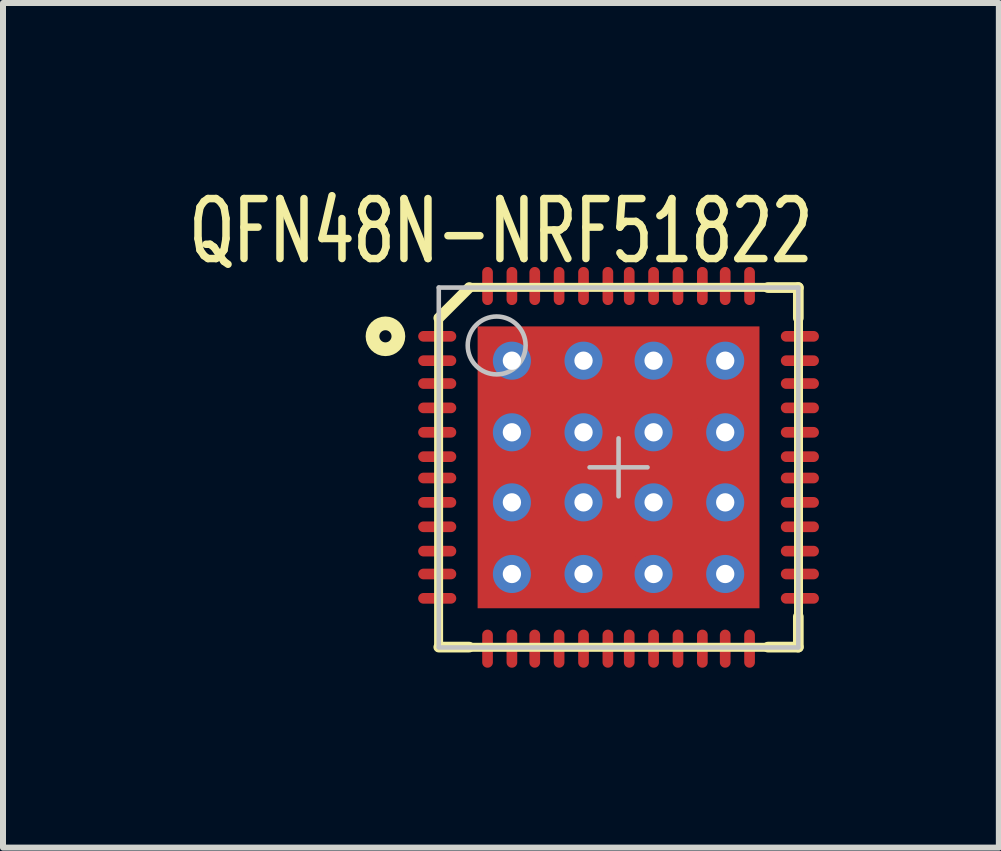
<source format=kicad_pcb>
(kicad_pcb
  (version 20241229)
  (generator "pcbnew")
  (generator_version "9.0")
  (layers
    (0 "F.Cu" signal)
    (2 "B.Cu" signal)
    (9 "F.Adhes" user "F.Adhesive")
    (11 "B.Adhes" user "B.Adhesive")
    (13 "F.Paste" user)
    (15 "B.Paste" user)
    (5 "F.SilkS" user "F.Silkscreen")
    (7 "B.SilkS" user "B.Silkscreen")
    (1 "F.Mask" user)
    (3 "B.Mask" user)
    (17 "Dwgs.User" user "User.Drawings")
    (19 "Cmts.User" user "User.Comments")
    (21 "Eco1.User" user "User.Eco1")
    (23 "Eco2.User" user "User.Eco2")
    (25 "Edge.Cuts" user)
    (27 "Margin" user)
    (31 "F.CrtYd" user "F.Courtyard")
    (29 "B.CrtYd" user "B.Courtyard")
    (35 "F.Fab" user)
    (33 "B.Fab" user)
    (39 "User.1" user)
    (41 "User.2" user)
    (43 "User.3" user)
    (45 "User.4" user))
  (footprint "QFN48N-NRF51822"
    (layer "F.Cu")
    (at 7.262 4.741)
    (property "Reference" "QFN48N-NRF51822" (at -1.961 -3.937 0) (layer "F.SilkS") (effects (font (size 1 0.7) (thickness 0.125))))
    (attr smd)
    (fp_line (start -3 3) (end -3 -2.5) (stroke (width 0.15) (type solid)) (layer "F.SilkS"))
    (fp_line (start -2.997 -2.489) (end -2.489 -2.997) (stroke (width 0.178) (type solid)) (layer "F.SilkS"))
    (fp_line (start -2.997 2.997) (end -2.489 2.997) (stroke (width 0.178) (type solid)) (layer "F.SilkS"))
    (fp_line (start -2.5 -3) (end 3 -3) (stroke (width 0.15) (type solid)) (layer "F.SilkS"))
    (fp_line (start 2.489 -2.997) (end 2.997 -2.997) (stroke (width 0.178) (type solid)) (layer "F.SilkS"))
    (fp_line (start 2.489 2.997) (end 2.997 2.997) (stroke (width 0.178) (type solid)) (layer "F.SilkS"))
    (fp_line (start 2.997 -2.489) (end 2.997 -2.997) (stroke (width 0.178) (type solid)) (layer "F.SilkS"))
    (fp_line (start 2.997 2.997) (end 2.997 2.489) (stroke (width 0.178) (type solid)) (layer "F.SilkS"))
    (fp_line (start 3 -3) (end 3 3) (stroke (width 0.15) (type solid)) (layer "F.SilkS"))
    (fp_line (start 3 3) (end -3 3) (stroke (width 0.15) (type solid)) (layer "F.SilkS"))
    (fp_arc (start -3.7846 -2.1844) (mid -3.9878 -2.1844) (end -3.7846 -2.1844) (stroke (width 0.2286) (type solid)) (layer "F.SilkS"))
    (fp_line (start -2.997 -2.997) (end 2.997 -2.997) (stroke (width 0.076) (type solid)) (layer "Dwgs.User"))
    (fp_line (start -2.997 2.997) (end -2.997 -2.997) (stroke (width 0.076) (type solid)) (layer "Dwgs.User"))
    (fp_line (start -2.997 3.003) (end 2.997 3.003) (stroke (width 0.076) (type solid)) (layer "Dwgs.User"))
    (fp_line (start -0.483 0) (end 0.483 0) (stroke (width 0.076) (type solid)) (layer "Dwgs.User"))
    (fp_line (start 0 0.483) (end 0 -0.483) (stroke (width 0.076) (type solid)) (layer "Dwgs.User"))
    (fp_line (start 2.997 2.997) (end 2.997 -2.997) (stroke (width 0.076) (type solid)) (layer "Dwgs.User"))
    (fp_arc (start -1.5494 -2.032) (mid -2.5146 -2.032) (end -1.5494 -2.032) (stroke (width 0.0762) (type solid)) (layer "Dwgs.User"))
    (pad "1" smd oval (at -3.023 -2.184 90) (size 0.178 0.635) (layers "F.Cu" "F.Mask" "F.Paste"))
    (pad "2" smd oval (at -3.023 -1.778 90) (size 0.178 0.635) (layers "F.Cu" "F.Mask" "F.Paste"))
    (pad "3" smd oval (at -3.023 -1.397 90) (size 0.178 0.635) (layers "F.Cu" "F.Mask" "F.Paste"))
    (pad "4" smd oval (at -3.023 -0.991 90) (size 0.178 0.635) (layers "F.Cu" "F.Mask" "F.Paste"))
    (pad "5" smd oval (at -3.023 -0.584 90) (size 0.178 0.635) (layers "F.Cu" "F.Mask" "F.Paste"))
    (pad "6" smd oval (at -3.023 -0.178 90) (size 0.178 0.635) (layers "F.Cu" "F.Mask" "F.Paste"))
    (pad "7" smd oval (at -3.023 0.178 90) (size 0.178 0.635) (layers "F.Cu" "F.Mask" "F.Paste"))
    (pad "8" smd oval (at -3.023 0.584 90) (size 0.178 0.635) (layers "F.Cu" "F.Mask" "F.Paste"))
    (pad "9" smd oval (at -3.023 0.991 90) (size 0.178 0.635) (layers "F.Cu" "F.Mask" "F.Paste"))
    (pad "10" smd oval (at -3.023 1.397 90) (size 0.178 0.635) (layers "F.Cu" "F.Mask" "F.Paste"))
    (pad "11" smd oval (at -3.023 1.778 90) (size 0.178 0.635) (layers "F.Cu" "F.Mask" "F.Paste"))
    (pad "12" smd oval (at -3.023 2.184 90) (size 0.178 0.635) (layers "F.Cu" "F.Mask" "F.Paste"))
    (pad "13" smd oval (at -2.184 3.023) (size 0.178 0.635) (layers "F.Cu" "F.Mask" "F.Paste"))
    (pad "14" smd oval (at -1.778 3.023) (size 0.178 0.635) (layers "F.Cu" "F.Mask" "F.Paste"))
    (pad "15" smd oval (at -1.397 3.023) (size 0.178 0.635) (layers "F.Cu" "F.Mask" "F.Paste"))
    (pad "16" smd oval (at -0.991 3.023) (size 0.178 0.635) (layers "F.Cu" "F.Mask" "F.Paste"))
    (pad "17" smd oval (at -0.584 3.023) (size 0.178 0.635) (layers "F.Cu" "F.Mask" "F.Paste"))
    (pad "18" smd oval (at -0.178 3.023) (size 0.178 0.635) (layers "F.Cu" "F.Mask" "F.Paste"))
    (pad "19" smd oval (at 0.178 3.023) (size 0.178 0.635) (layers "F.Cu" "F.Mask" "F.Paste"))
    (pad "20" smd oval (at 0.584 3.023) (size 0.178 0.635) (layers "F.Cu" "F.Mask" "F.Paste"))
    (pad "21" smd oval (at 0.991 3.023) (size 0.178 0.635) (layers "F.Cu" "F.Mask" "F.Paste"))
    (pad "22" smd oval (at 1.397 3.023) (size 0.178 0.635) (layers "F.Cu" "F.Mask" "F.Paste"))
    (pad "23" smd oval (at 1.778 3.023) (size 0.178 0.635) (layers "F.Cu" "F.Mask" "F.Paste"))
    (pad "24" smd oval (at 2.184 3.023) (size 0.178 0.635) (layers "F.Cu" "F.Mask" "F.Paste"))
    (pad "25" smd oval (at 3.023 2.184 90) (size 0.178 0.635) (layers "F.Cu" "F.Mask" "F.Paste"))
    (pad "26" smd oval (at 3.023 1.778 90) (size 0.178 0.635) (layers "F.Cu" "F.Mask" "F.Paste"))
    (pad "27" smd oval (at 3.023 1.397 90) (size 0.178 0.635) (layers "F.Cu" "F.Mask" "F.Paste"))
    (pad "28" smd oval (at 3.023 0.991 90) (size 0.178 0.635) (layers "F.Cu" "F.Mask" "F.Paste"))
    (pad "29" smd oval (at 3.023 0.584 90) (size 0.178 0.635) (layers "F.Cu" "F.Mask" "F.Paste"))
    (pad "30" smd oval (at 3.023 0.178 90) (size 0.178 0.635) (layers "F.Cu" "F.Mask" "F.Paste"))
    (pad "31" smd oval (at 3.023 -0.178 90) (size 0.178 0.635) (layers "F.Cu" "F.Mask" "F.Paste"))
    (pad "32" smd oval (at 3.023 -0.584 90) (size 0.178 0.635) (layers "F.Cu" "F.Mask" "F.Paste"))
    (pad "33" smd oval (at 3.023 -0.991 90) (size 0.178 0.635) (layers "F.Cu" "F.Mask" "F.Paste"))
    (pad "34" smd oval (at 3.023 -1.397 90) (size 0.178 0.635) (layers "F.Cu" "F.Mask" "F.Paste"))
    (pad "35" smd oval (at 3.023 -1.778 90) (size 0.178 0.635) (layers "F.Cu" "F.Mask" "F.Paste"))
    (pad "36" smd oval (at 3.023 -2.184 90) (size 0.178 0.635) (layers "F.Cu" "F.Mask" "F.Paste"))
    (pad "37" smd oval (at 2.184 -3.023) (size 0.178 0.635) (layers "F.Cu" "F.Mask" "F.Paste"))
    (pad "38" smd oval (at 1.778 -3.023) (size 0.178 0.635) (layers "F.Cu" "F.Mask" "F.Paste"))
    (pad "39" smd oval (at 1.397 -3.023) (size 0.178 0.635) (layers "F.Cu" "F.Mask" "F.Paste"))
    (pad "40" smd oval (at 0.991 -3.023) (size 0.178 0.635) (layers "F.Cu" "F.Mask" "F.Paste"))
    (pad "41" smd oval (at 0.584 -3.023) (size 0.178 0.635) (layers "F.Cu" "F.Mask" "F.Paste"))
    (pad "42" smd oval (at 0.178 -3.023) (size 0.178 0.635) (layers "F.Cu" "F.Mask" "F.Paste"))
    (pad "43" smd oval (at -0.178 -3.023) (size 0.178 0.635) (layers "F.Cu" "F.Mask" "F.Paste"))
    (pad "44" smd oval (at -0.584 -3.023) (size 0.178 0.635) (layers "F.Cu" "F.Mask" "F.Paste"))
    (pad "45" smd oval (at -0.991 -3.023) (size 0.178 0.635) (layers "F.Cu" "F.Mask" "F.Paste"))
    (pad "46" smd oval (at -1.397 -3.023) (size 0.178 0.635) (layers "F.Cu" "F.Mask" "F.Paste"))
    (pad "47" smd oval (at -1.778 -3.023) (size 0.178 0.635) (layers "F.Cu" "F.Mask" "F.Paste"))
    (pad "48" smd oval (at -2.184 -3.023) (size 0.178 0.635) (layers "F.Cu" "F.Mask" "F.Paste"))
    (pad "49" smd circle (at -1.2 -1.2) (size 0.8 0.8) (layers "F.Cu" "F.Paste"))
    (pad "49" smd circle (at -1.2 0) (size 0.8 0.8) (layers "F.Cu" "F.Paste"))
    (pad "49" smd circle (at -1.2 1.2) (size 0.8 0.8) (layers "F.Cu" "F.Paste"))
    (pad "49" smd circle (at 0 -1.2) (size 0.8 0.8) (layers "F.Cu" "F.Paste"))
    (pad "49" smd circle (at 0 0) (size 0.8 0.8) (layers "F.Cu" "F.Paste"))
    (pad "49" smd rect (at 0 0) (size 4.699 4.699) (layers "F.Cu" "F.Mask"))
    (pad "49" smd circle (at 0 1.2) (size 0.8 0.8) (layers "F.Cu" "F.Paste"))
    (pad "49" smd circle (at 1.2 -1.2) (size 0.8 0.8) (layers "F.Cu" "F.Paste"))
    (pad "49" smd circle (at 1.2 0) (size 0.8 0.8) (layers "F.Cu" "F.Paste"))
    (pad "49" smd circle (at 1.2 1.2) (size 0.8 0.8) (layers "F.Cu" "F.Paste"))
    (pad "V:Ex" thru_hole circle (at -1.778 -1.778) (size 0.635 0.635) (drill 0.305) (layers "*.Cu" "*.Mask"))
    (pad "V:Ex" thru_hole circle (at -1.778 -0.584) (size 0.635 0.635) (drill 0.305) (layers "*.Cu" "*.Mask"))
    (pad "V:Ex" thru_hole circle (at -1.778 0.584) (size 0.635 0.635) (drill 0.305) (layers "*.Cu" "*.Mask"))
    (pad "V:Ex" thru_hole circle (at -1.778 1.778) (size 0.635 0.635) (drill 0.305) (layers "*.Cu" "*.Mask"))
    (pad "V:Ex" thru_hole circle (at -0.584 -1.778) (size 0.635 0.635) (drill 0.305) (layers "*.Cu" "*.Mask"))
    (pad "V:Ex" thru_hole circle (at -0.584 -0.584) (size 0.635 0.635) (drill 0.305) (layers "*.Cu" "*.Mask"))
    (pad "V:Ex" thru_hole circle (at -0.584 0.584) (size 0.635 0.635) (drill 0.305) (layers "*.Cu" "*.Mask"))
    (pad "V:Ex" thru_hole circle (at -0.584 1.778) (size 0.635 0.635) (drill 0.305) (layers "*.Cu" "*.Mask"))
    (pad "V:Ex" thru_hole circle (at 0.584 -1.778) (size 0.635 0.635) (drill 0.305) (layers "*.Cu" "*.Mask"))
    (pad "V:Ex" thru_hole circle (at 0.584 -0.584) (size 0.635 0.635) (drill 0.305) (layers "*.Cu" "*.Mask"))
    (pad "V:Ex" thru_hole circle (at 0.584 0.584) (size 0.635 0.635) (drill 0.305) (layers "*.Cu" "*.Mask"))
    (pad "V:Ex" thru_hole circle (at 0.584 1.778) (size 0.635 0.635) (drill 0.305) (layers "*.Cu" "*.Mask"))
    (pad "V:Ex" thru_hole circle (at 1.778 -1.778) (size 0.635 0.635) (drill 0.305) (layers "*.Cu" "*.Mask"))
    (pad "V:Ex" thru_hole circle (at 1.778 -0.584) (size 0.635 0.635) (drill 0.305) (layers "*.Cu" "*.Mask"))
    (pad "V:Ex" thru_hole circle (at 1.778 0.584) (size 0.635 0.635) (drill 0.305) (layers "*.Cu" "*.Mask"))
    (pad "V:Ex" thru_hole circle (at 1.778 1.778) (size 0.635 0.635) (drill 0.305) (layers "*.Cu" "*.Mask")))
  (gr_rect
    (start -3 -3)
    (end 13.602 11.081)
    (stroke (width 0.1) (type default))
    (fill no)
    (layer "Edge.Cuts")))
</source>
